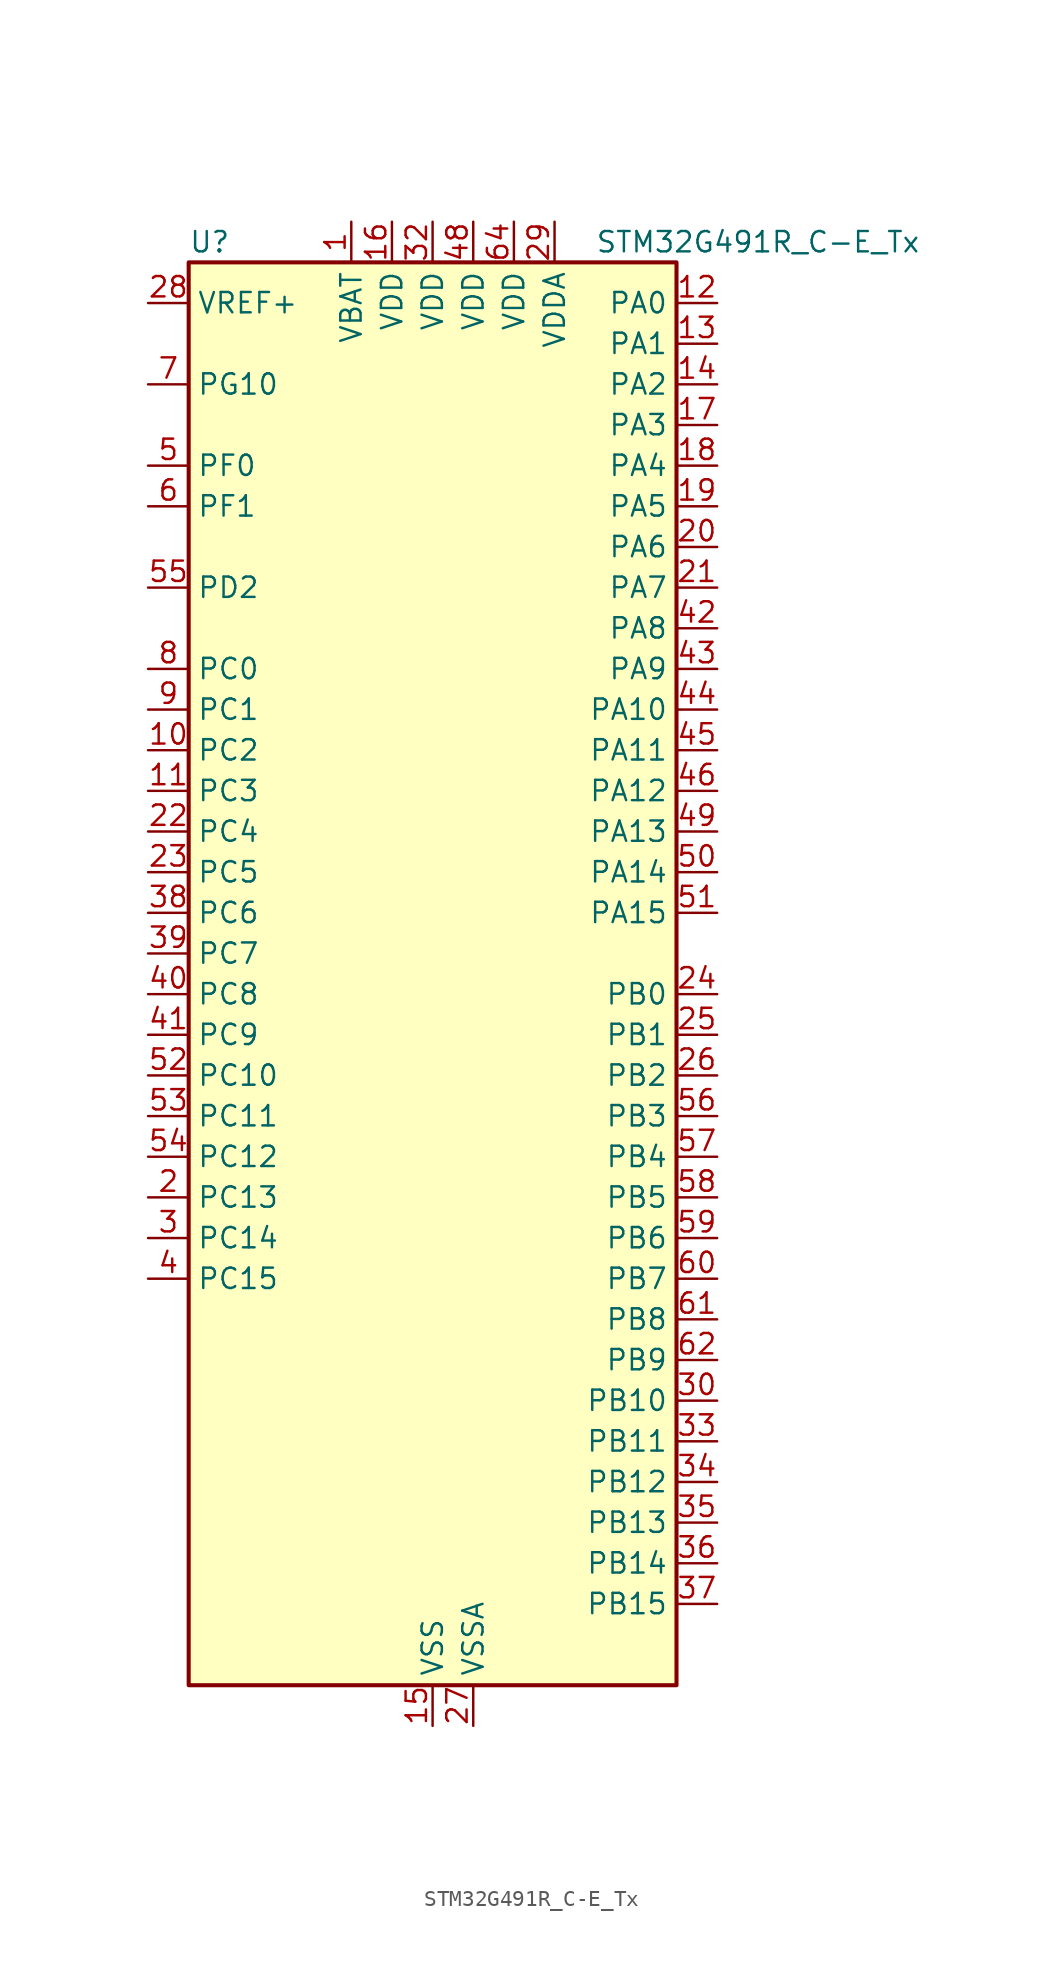
<source format=kicad_sym>
(kicad_symbol_lib
  (version 20231120)
  (generator "kicad_symbol_editor")
  (generator_version "8.0")
  (symbol "STM32G491R_C-E_Tx"
    (property "Reference" "U"
      (at -15.24 46.99 0)
      (effects (font (size 1.27 1.27)) (justify left)))
    (property "Value" "STM32G491R_C-E_Tx"
      (at 10.16 46.99 0)
      (effects (font (size 1.27 1.27)) (justify left)))
    (property "ki_locked" ""
      (at 0 0 0)
      (effects (font (size 1.27 1.27))))
    (symbol "STM32G491R_C-E_Tx_0_1"
      (rectangle (start -15.24 -43.18) (end 15.24 45.72) (stroke (width 0.254) (type default)) (fill (type background))))
    (symbol "STM32G491R_C-E_Tx_1_1"
      (pin power_in line (at -5.08 48.26 270) (length 2.54) (name "VBAT" (effects (font (size 1.27 1.27)))) (number "1" (effects (font (size 1.27 1.27)))))
      (pin bidirectional line (at -17.78 15.24 0) (length 2.54) (name "PC2" (effects (font (size 1.27 1.27)))) (number "10" (effects (font (size 1.27 1.27)))) (alternate "ADC1_IN8" bidirectional line) (alternate "ADC2_IN8" bidirectional line) (alternate "ADC3_EXTI2" bidirectional line) (alternate "COMP3_OUT" bidirectional line) (alternate "LPTIM1_IN2" bidirectional line) (alternate "QUADSPI1_BK2_IO1" bidirectional line) (alternate "TIM1_CH3" bidirectional line) (alternate "TIM20_CH2" bidirectional line))
      (pin bidirectional line (at -17.78 12.7 0) (length 2.54) (name "PC3" (effects (font (size 1.27 1.27)))) (number "11" (effects (font (size 1.27 1.27)))) (alternate "ADC1_IN9" bidirectional line) (alternate "ADC2_IN9" bidirectional line) (alternate "ADC3_EXTI3" bidirectional line) (alternate "LPTIM1_ETR" bidirectional line) (alternate "QUADSPI1_BK2_IO2" bidirectional line) (alternate "SAI1_D1" bidirectional line) (alternate "SAI1_SD_A" bidirectional line) (alternate "TIM1_BKIN2" bidirectional line) (alternate "TIM1_CH4" bidirectional line))
      (pin bidirectional line (at 17.78 43.18 180) (length 2.54) (name "PA0" (effects (font (size 1.27 1.27)))) (number "12" (effects (font (size 1.27 1.27)))) (alternate "ADC1_IN1" bidirectional line) (alternate "ADC2_IN1" bidirectional line) (alternate "COMP1_INM" bidirectional line) (alternate "COMP1_OUT" bidirectional line) (alternate "COMP3_INP" bidirectional line) (alternate "RTC_TAMP2" bidirectional line) (alternate "SYS_WKUP1" bidirectional line) (alternate "TIM2_CH1" bidirectional line) (alternate "TIM2_ETR" bidirectional line) (alternate "TIM8_BKIN" bidirectional line) (alternate "TIM8_ETR" bidirectional line) (alternate "USART2_CTS" bidirectional line) (alternate "USART2_NSS" bidirectional line))
      (pin bidirectional line (at 17.78 40.64 180) (length 2.54) (name "PA1" (effects (font (size 1.27 1.27)))) (number "13" (effects (font (size 1.27 1.27)))) (alternate "ADC1_IN2" bidirectional line) (alternate "ADC2_IN2" bidirectional line) (alternate "COMP1_INP" bidirectional line) (alternate "OPAMP1_VINP" bidirectional line) (alternate "OPAMP1_VINP_SEC" bidirectional line) (alternate "OPAMP3_VINP" bidirectional line) (alternate "OPAMP3_VINP_SEC" bidirectional line) (alternate "OPAMP6_VINM" bidirectional line) (alternate "OPAMP6_VINM0" bidirectional line) (alternate "OPAMP6_VINM_SEC" bidirectional line) (alternate "RTC_REFIN" bidirectional line) (alternate "TIM15_CH1N" bidirectional line) (alternate "TIM2_CH2" bidirectional line) (alternate "USART2_DE" bidirectional line) (alternate "USART2_RTS" bidirectional line))
      (pin bidirectional line (at 17.78 38.1 180) (length 2.54) (name "PA2" (effects (font (size 1.27 1.27)))) (number "14" (effects (font (size 1.27 1.27)))) (alternate "ADC1_IN3" bidirectional line) (alternate "ADC3_EXTI2" bidirectional line) (alternate "COMP2_INM" bidirectional line) (alternate "COMP2_OUT" bidirectional line) (alternate "LPUART1_TX" bidirectional line) (alternate "OPAMP1_VOUT" bidirectional line) (alternate "QUADSPI1_BK1_NCS" bidirectional line) (alternate "RCC_LSCO" bidirectional line) (alternate "SYS_WKUP4" bidirectional line) (alternate "TIM15_CH1" bidirectional line) (alternate "TIM2_CH3" bidirectional line) (alternate "UCPD1_FRSTX1" bidirectional line) (alternate "UCPD1_FRSTX2" bidirectional line) (alternate "USART2_TX" bidirectional line))
      (pin power_in line (at 0 -45.72 90) (length 2.54) (name "VSS" (effects (font (size 1.27 1.27)))) (number "15" (effects (font (size 1.27 1.27)))))
      (pin power_in line (at -2.54 48.26 270) (length 2.54) (name "VDD" (effects (font (size 1.27 1.27)))) (number "16" (effects (font (size 1.27 1.27)))))
      (pin bidirectional line (at 17.78 35.56 180) (length 2.54) (name "PA3" (effects (font (size 1.27 1.27)))) (number "17" (effects (font (size 1.27 1.27)))) (alternate "ADC1_IN4" bidirectional line) (alternate "ADC3_EXTI3" bidirectional line) (alternate "COMP2_INP" bidirectional line) (alternate "LPUART1_RX" bidirectional line) (alternate "OPAMP1_VINM" bidirectional line) (alternate "OPAMP1_VINM0" bidirectional line) (alternate "OPAMP1_VINM_SEC" bidirectional line) (alternate "OPAMP1_VINP" bidirectional line) (alternate "OPAMP1_VINP_SEC" bidirectional line) (alternate "QUADSPI1_CLK" bidirectional line) (alternate "SAI1_CK1" bidirectional line) (alternate "SAI1_MCLK_A" bidirectional line) (alternate "TIM15_CH2" bidirectional line) (alternate "TIM2_CH4" bidirectional line) (alternate "USART2_RX" bidirectional line))
      (pin bidirectional line (at 17.78 33.02 180) (length 2.54) (name "PA4" (effects (font (size 1.27 1.27)))) (number "18" (effects (font (size 1.27 1.27)))) (alternate "ADC2_IN17" bidirectional line) (alternate "COMP1_INM" bidirectional line) (alternate "DAC1_OUT1" bidirectional line) (alternate "I2S3_WS" bidirectional line) (alternate "SAI1_FS_B" bidirectional line) (alternate "SPI1_NSS" bidirectional line) (alternate "SPI3_NSS" bidirectional line) (alternate "TIM3_CH2" bidirectional line) (alternate "USART2_CK" bidirectional line))
      (pin bidirectional line (at 17.78 30.48 180) (length 2.54) (name "PA5" (effects (font (size 1.27 1.27)))) (number "19" (effects (font (size 1.27 1.27)))) (alternate "ADC2_IN13" bidirectional line) (alternate "COMP2_INM" bidirectional line) (alternate "DAC1_OUT2" bidirectional line) (alternate "OPAMP2_VINM" bidirectional line) (alternate "OPAMP2_VINM0" bidirectional line) (alternate "OPAMP2_VINM_SEC" bidirectional line) (alternate "SPI1_SCK" bidirectional line) (alternate "TIM2_CH1" bidirectional line) (alternate "TIM2_ETR" bidirectional line) (alternate "UCPD1_FRSTX1" bidirectional line) (alternate "UCPD1_FRSTX2" bidirectional line))
      (pin bidirectional line (at -17.78 -12.7 0) (length 2.54) (name "PC13" (effects (font (size 1.27 1.27)))) (number "2" (effects (font (size 1.27 1.27)))) (alternate "RTC_OUT1" bidirectional line) (alternate "RTC_TAMP1" bidirectional line) (alternate "RTC_TS" bidirectional line) (alternate "SYS_WKUP2" bidirectional line) (alternate "TIM1_BKIN" bidirectional line) (alternate "TIM1_CH1N" bidirectional line) (alternate "TIM8_CH4N" bidirectional line))
      (pin bidirectional line (at 17.78 27.94 180) (length 2.54) (name "PA6" (effects (font (size 1.27 1.27)))) (number "20" (effects (font (size 1.27 1.27)))) (alternate "ADC2_IN3" bidirectional line) (alternate "COMP1_OUT" bidirectional line) (alternate "LPUART1_CTS" bidirectional line) (alternate "OPAMP2_VOUT" bidirectional line) (alternate "QUADSPI1_BK1_IO3" bidirectional line) (alternate "SPI1_MISO" bidirectional line) (alternate "TIM16_CH1" bidirectional line) (alternate "TIM1_BKIN" bidirectional line) (alternate "TIM3_CH1" bidirectional line) (alternate "TIM8_BKIN" bidirectional line))
      (pin bidirectional line (at 17.78 25.4 180) (length 2.54) (name "PA7" (effects (font (size 1.27 1.27)))) (number "21" (effects (font (size 1.27 1.27)))) (alternate "ADC2_IN4" bidirectional line) (alternate "COMP2_INP" bidirectional line) (alternate "COMP2_OUT" bidirectional line) (alternate "OPAMP1_VINP" bidirectional line) (alternate "OPAMP1_VINP_SEC" bidirectional line) (alternate "OPAMP2_VINP" bidirectional line) (alternate "OPAMP2_VINP_SEC" bidirectional line) (alternate "QUADSPI1_BK1_IO2" bidirectional line) (alternate "SPI1_MOSI" bidirectional line) (alternate "TIM17_CH1" bidirectional line) (alternate "TIM1_CH1N" bidirectional line) (alternate "TIM3_CH2" bidirectional line) (alternate "TIM8_CH1N" bidirectional line) (alternate "UCPD1_FRSTX1" bidirectional line) (alternate "UCPD1_FRSTX2" bidirectional line))
      (pin bidirectional line (at -17.78 10.16 0) (length 2.54) (name "PC4" (effects (font (size 1.27 1.27)))) (number "22" (effects (font (size 1.27 1.27)))) (alternate "ADC2_IN5" bidirectional line) (alternate "I2C2_SCL" bidirectional line) (alternate "QUADSPI1_BK2_IO3" bidirectional line) (alternate "TIM1_ETR" bidirectional line) (alternate "USART1_TX" bidirectional line))
      (pin bidirectional line (at -17.78 7.62 0) (length 2.54) (name "PC5" (effects (font (size 1.27 1.27)))) (number "23" (effects (font (size 1.27 1.27)))) (alternate "ADC2_IN11" bidirectional line) (alternate "OPAMP1_VINM" bidirectional line) (alternate "OPAMP1_VINM1" bidirectional line) (alternate "OPAMP1_VINM_SEC" bidirectional line) (alternate "OPAMP2_VINM" bidirectional line) (alternate "OPAMP2_VINM1" bidirectional line) (alternate "OPAMP2_VINM_SEC" bidirectional line) (alternate "SAI1_D3" bidirectional line) (alternate "SYS_WKUP5" bidirectional line) (alternate "TIM15_BKIN" bidirectional line) (alternate "TIM1_CH4N" bidirectional line) (alternate "USART1_RX" bidirectional line))
      (pin bidirectional line (at 17.78 0 180) (length 2.54) (name "PB0" (effects (font (size 1.27 1.27)))) (number "24" (effects (font (size 1.27 1.27)))) (alternate "ADC1_IN15" bidirectional line) (alternate "ADC3_IN12" bidirectional line) (alternate "COMP4_INP" bidirectional line) (alternate "OPAMP2_VINP" bidirectional line) (alternate "OPAMP2_VINP_SEC" bidirectional line) (alternate "OPAMP3_VINP" bidirectional line) (alternate "OPAMP3_VINP_SEC" bidirectional line) (alternate "QUADSPI1_BK1_IO1" bidirectional line) (alternate "TIM1_CH2N" bidirectional line) (alternate "TIM3_CH3" bidirectional line) (alternate "TIM8_CH2N" bidirectional line) (alternate "UCPD1_FRSTX1" bidirectional line) (alternate "UCPD1_FRSTX2" bidirectional line))
      (pin bidirectional line (at 17.78 -2.54 180) (length 2.54) (name "PB1" (effects (font (size 1.27 1.27)))) (number "25" (effects (font (size 1.27 1.27)))) (alternate "ADC1_IN12" bidirectional line) (alternate "ADC3_IN1" bidirectional line) (alternate "COMP1_INP" bidirectional line) (alternate "COMP4_OUT" bidirectional line) (alternate "LPUART1_DE" bidirectional line) (alternate "LPUART1_RTS" bidirectional line) (alternate "OPAMP3_VOUT" bidirectional line) (alternate "OPAMP6_VINM" bidirectional line) (alternate "OPAMP6_VINM1" bidirectional line) (alternate "OPAMP6_VINM_SEC" bidirectional line) (alternate "QUADSPI1_BK1_IO0" bidirectional line) (alternate "TIM1_CH3N" bidirectional line) (alternate "TIM3_CH4" bidirectional line) (alternate "TIM8_CH3N" bidirectional line))
      (pin bidirectional line (at 17.78 -5.08 180) (length 2.54) (name "PB2" (effects (font (size 1.27 1.27)))) (number "26" (effects (font (size 1.27 1.27)))) (alternate "ADC2_IN12" bidirectional line) (alternate "ADC3_EXTI2" bidirectional line) (alternate "COMP4_INM" bidirectional line) (alternate "I2C3_SMBA" bidirectional line) (alternate "LPTIM1_OUT" bidirectional line) (alternate "OPAMP3_VINM" bidirectional line) (alternate "OPAMP3_VINM0" bidirectional line) (alternate "OPAMP3_VINM_SEC" bidirectional line) (alternate "QUADSPI1_BK2_IO1" bidirectional line) (alternate "RTC_OUT2" bidirectional line) (alternate "TIM20_CH1" bidirectional line))
      (pin power_in line (at 2.54 -45.72 90) (length 2.54) (name "VSSA" (effects (font (size 1.27 1.27)))) (number "27" (effects (font (size 1.27 1.27)))))
      (pin input line (at -17.78 43.18 0) (length 2.54) (name "VREF+" (effects (font (size 1.27 1.27)))) (number "28" (effects (font (size 1.27 1.27)))) (alternate "VREFBUF_OUT" bidirectional line))
      (pin power_in line (at 7.62 48.26 270) (length 2.54) (name "VDDA" (effects (font (size 1.27 1.27)))) (number "29" (effects (font (size 1.27 1.27)))))
      (pin bidirectional line (at -17.78 -15.24 0) (length 2.54) (name "PC14" (effects (font (size 1.27 1.27)))) (number "3" (effects (font (size 1.27 1.27)))) (alternate "RCC_OSC32_IN" bidirectional line))
      (pin bidirectional line (at 17.78 -25.4 180) (length 2.54) (name "PB10" (effects (font (size 1.27 1.27)))) (number "30" (effects (font (size 1.27 1.27)))) (alternate "DAC1_EXTI10" bidirectional line) (alternate "DAC3_EXTI10" bidirectional line) (alternate "LPUART1_RX" bidirectional line) (alternate "OPAMP3_VINM" bidirectional line) (alternate "OPAMP3_VINM1" bidirectional line) (alternate "OPAMP3_VINM_SEC" bidirectional line) (alternate "QUADSPI1_CLK" bidirectional line) (alternate "SAI1_SCK_A" bidirectional line) (alternate "TIM1_BKIN" bidirectional line) (alternate "TIM2_CH3" bidirectional line) (alternate "USART3_TX" bidirectional line))
      (pin passive line (at 0 -45.72 90) (length 2.54) hide (name "VSS" (effects (font (size 1.27 1.27)))) (number "31" (effects (font (size 1.27 1.27)))))
      (pin power_in line (at 0 48.26 270) (length 2.54) (name "VDD" (effects (font (size 1.27 1.27)))) (number "32" (effects (font (size 1.27 1.27)))))
      (pin bidirectional line (at 17.78 -27.94 180) (length 2.54) (name "PB11" (effects (font (size 1.27 1.27)))) (number "33" (effects (font (size 1.27 1.27)))) (alternate "ADC1_EXTI11" bidirectional line) (alternate "ADC1_IN14" bidirectional line) (alternate "ADC2_EXTI11" bidirectional line) (alternate "ADC2_IN14" bidirectional line) (alternate "LPUART1_TX" bidirectional line) (alternate "OPAMP6_VOUT" bidirectional line) (alternate "QUADSPI1_BK1_NCS" bidirectional line) (alternate "TIM2_CH4" bidirectional line) (alternate "USART3_RX" bidirectional line))
      (pin bidirectional line (at 17.78 -30.48 180) (length 2.54) (name "PB12" (effects (font (size 1.27 1.27)))) (number "34" (effects (font (size 1.27 1.27)))) (alternate "ADC1_IN11" bidirectional line) (alternate "FDCAN2_RX" bidirectional line) (alternate "I2C2_SMBA" bidirectional line) (alternate "I2S2_WS" bidirectional line) (alternate "LPUART1_DE" bidirectional line) (alternate "LPUART1_RTS" bidirectional line) (alternate "OPAMP6_VINP" bidirectional line) (alternate "OPAMP6_VINP_SEC" bidirectional line) (alternate "SPI2_NSS" bidirectional line) (alternate "TIM1_BKIN" bidirectional line) (alternate "USART3_CK" bidirectional line))
      (pin bidirectional line (at 17.78 -33.02 180) (length 2.54) (name "PB13" (effects (font (size 1.27 1.27)))) (number "35" (effects (font (size 1.27 1.27)))) (alternate "ADC3_IN5" bidirectional line) (alternate "FDCAN2_TX" bidirectional line) (alternate "I2S2_CK" bidirectional line) (alternate "LPUART1_CTS" bidirectional line) (alternate "OPAMP3_VINP" bidirectional line) (alternate "OPAMP3_VINP_SEC" bidirectional line) (alternate "OPAMP6_VINP" bidirectional line) (alternate "OPAMP6_VINP_SEC" bidirectional line) (alternate "SPI2_SCK" bidirectional line) (alternate "TIM1_CH1N" bidirectional line) (alternate "USART3_CTS" bidirectional line) (alternate "USART3_NSS" bidirectional line))
      (pin bidirectional line (at 17.78 -35.56 180) (length 2.54) (name "PB14" (effects (font (size 1.27 1.27)))) (number "36" (effects (font (size 1.27 1.27)))) (alternate "ADC1_IN5" bidirectional line) (alternate "COMP4_OUT" bidirectional line) (alternate "OPAMP2_VINP" bidirectional line) (alternate "OPAMP2_VINP_SEC" bidirectional line) (alternate "SPI2_MISO" bidirectional line) (alternate "TIM15_CH1" bidirectional line) (alternate "TIM1_CH2N" bidirectional line) (alternate "USART3_DE" bidirectional line) (alternate "USART3_RTS" bidirectional line))
      (pin bidirectional line (at 17.78 -38.1 180) (length 2.54) (name "PB15" (effects (font (size 1.27 1.27)))) (number "37" (effects (font (size 1.27 1.27)))) (alternate "ADC1_EXTI15" bidirectional line) (alternate "ADC2_EXTI15" bidirectional line) (alternate "ADC2_IN15" bidirectional line) (alternate "COMP3_OUT" bidirectional line) (alternate "I2S2_SD" bidirectional line) (alternate "RTC_REFIN" bidirectional line) (alternate "SPI2_MOSI" bidirectional line) (alternate "TIM15_CH1N" bidirectional line) (alternate "TIM15_CH2" bidirectional line) (alternate "TIM1_CH3N" bidirectional line))
      (pin bidirectional line (at -17.78 5.08 0) (length 2.54) (name "PC6" (effects (font (size 1.27 1.27)))) (number "38" (effects (font (size 1.27 1.27)))) (alternate "I2S2_MCK" bidirectional line) (alternate "TIM3_CH1" bidirectional line) (alternate "TIM8_CH1" bidirectional line))
      (pin bidirectional line (at -17.78 2.54 0) (length 2.54) (name "PC7" (effects (font (size 1.27 1.27)))) (number "39" (effects (font (size 1.27 1.27)))) (alternate "I2S3_MCK" bidirectional line) (alternate "TIM3_CH2" bidirectional line) (alternate "TIM8_CH2" bidirectional line))
      (pin bidirectional line (at -17.78 -17.78 0) (length 2.54) (name "PC15" (effects (font (size 1.27 1.27)))) (number "4" (effects (font (size 1.27 1.27)))) (alternate "ADC1_EXTI15" bidirectional line) (alternate "ADC2_EXTI15" bidirectional line) (alternate "RCC_OSC32_OUT" bidirectional line))
      (pin bidirectional line (at -17.78 0 0) (length 2.54) (name "PC8" (effects (font (size 1.27 1.27)))) (number "40" (effects (font (size 1.27 1.27)))) (alternate "I2C3_SCL" bidirectional line) (alternate "TIM20_CH3" bidirectional line) (alternate "TIM3_CH3" bidirectional line) (alternate "TIM8_CH3" bidirectional line))
      (pin bidirectional line (at -17.78 -2.54 0) (length 2.54) (name "PC9" (effects (font (size 1.27 1.27)))) (number "41" (effects (font (size 1.27 1.27)))) (alternate "DAC1_EXTI9" bidirectional line) (alternate "DAC3_EXTI9" bidirectional line) (alternate "I2C3_SDA" bidirectional line) (alternate "I2S_CKIN" bidirectional line) (alternate "TIM3_CH4" bidirectional line) (alternate "TIM8_BKIN2" bidirectional line) (alternate "TIM8_CH4" bidirectional line))
      (pin bidirectional line (at 17.78 22.86 180) (length 2.54) (name "PA8" (effects (font (size 1.27 1.27)))) (number "42" (effects (font (size 1.27 1.27)))) (alternate "I2C2_SDA" bidirectional line) (alternate "I2C3_SCL" bidirectional line) (alternate "I2S2_MCK" bidirectional line) (alternate "RCC_MCO" bidirectional line) (alternate "SAI1_CK2" bidirectional line) (alternate "SAI1_SCK_A" bidirectional line) (alternate "TIM1_CH1" bidirectional line) (alternate "TIM4_ETR" bidirectional line) (alternate "USART1_CK" bidirectional line))
      (pin bidirectional line (at 17.78 20.32 180) (length 2.54) (name "PA9" (effects (font (size 1.27 1.27)))) (number "43" (effects (font (size 1.27 1.27)))) (alternate "DAC1_EXTI9" bidirectional line) (alternate "DAC3_EXTI9" bidirectional line) (alternate "I2C2_SCL" bidirectional line) (alternate "I2C3_SMBA" bidirectional line) (alternate "I2S3_MCK" bidirectional line) (alternate "SAI1_FS_A" bidirectional line) (alternate "TIM15_BKIN" bidirectional line) (alternate "TIM1_CH2" bidirectional line) (alternate "TIM2_CH3" bidirectional line) (alternate "UCPD1_DBCC1" bidirectional line) (alternate "USART1_TX" bidirectional line))
      (pin bidirectional line (at 17.78 17.78 180) (length 2.54) (name "PA10" (effects (font (size 1.27 1.27)))) (number "44" (effects (font (size 1.27 1.27)))) (alternate "CRS_SYNC" bidirectional line) (alternate "DAC1_EXTI10" bidirectional line) (alternate "DAC3_EXTI10" bidirectional line) (alternate "I2C2_SMBA" bidirectional line) (alternate "SAI1_D1" bidirectional line) (alternate "SAI1_SD_A" bidirectional line) (alternate "SPI2_MISO" bidirectional line) (alternate "TIM17_BKIN" bidirectional line) (alternate "TIM1_CH3" bidirectional line) (alternate "TIM2_CH4" bidirectional line) (alternate "TIM8_BKIN" bidirectional line) (alternate "UCPD1_DBCC2" bidirectional line) (alternate "USART1_RX" bidirectional line))
      (pin bidirectional line (at 17.78 15.24 180) (length 2.54) (name "PA11" (effects (font (size 1.27 1.27)))) (number "45" (effects (font (size 1.27 1.27)))) (alternate "ADC1_EXTI11" bidirectional line) (alternate "ADC2_EXTI11" bidirectional line) (alternate "COMP1_OUT" bidirectional line) (alternate "FDCAN1_RX" bidirectional line) (alternate "I2S2_SD" bidirectional line) (alternate "SPI2_MOSI" bidirectional line) (alternate "TIM1_BKIN2" bidirectional line) (alternate "TIM1_CH1N" bidirectional line) (alternate "TIM1_CH4" bidirectional line) (alternate "TIM4_CH1" bidirectional line) (alternate "USART1_CTS" bidirectional line) (alternate "USART1_NSS" bidirectional line) (alternate "USB_DM" bidirectional line))
      (pin bidirectional line (at 17.78 12.7 180) (length 2.54) (name "PA12" (effects (font (size 1.27 1.27)))) (number "46" (effects (font (size 1.27 1.27)))) (alternate "COMP2_OUT" bidirectional line) (alternate "FDCAN1_TX" bidirectional line) (alternate "I2S_CKIN" bidirectional line) (alternate "TIM16_CH1" bidirectional line) (alternate "TIM1_CH2N" bidirectional line) (alternate "TIM1_ETR" bidirectional line) (alternate "TIM4_CH2" bidirectional line) (alternate "USART1_DE" bidirectional line) (alternate "USART1_RTS" bidirectional line) (alternate "USB_DP" bidirectional line))
      (pin passive line (at 0 -45.72 90) (length 2.54) hide (name "VSS" (effects (font (size 1.27 1.27)))) (number "47" (effects (font (size 1.27 1.27)))))
      (pin power_in line (at 2.54 48.26 270) (length 2.54) (name "VDD" (effects (font (size 1.27 1.27)))) (number "48" (effects (font (size 1.27 1.27)))))
      (pin bidirectional line (at 17.78 10.16 180) (length 2.54) (name "PA13" (effects (font (size 1.27 1.27)))) (number "49" (effects (font (size 1.27 1.27)))) (alternate "I2C1_SCL" bidirectional line) (alternate "IR_OUT" bidirectional line) (alternate "SAI1_SD_B" bidirectional line) (alternate "SYS_JTMS-SWDIO" bidirectional line) (alternate "TIM16_CH1N" bidirectional line) (alternate "TIM4_CH3" bidirectional line) (alternate "USART3_CTS" bidirectional line) (alternate "USART3_NSS" bidirectional line))
      (pin bidirectional line (at -17.78 33.02 0) (length 2.54) (name "PF0" (effects (font (size 1.27 1.27)))) (number "5" (effects (font (size 1.27 1.27)))) (alternate "ADC1_IN10" bidirectional line) (alternate "I2C2_SDA" bidirectional line) (alternate "I2S2_WS" bidirectional line) (alternate "RCC_OSC_IN" bidirectional line) (alternate "SPI2_NSS" bidirectional line) (alternate "TIM1_CH3N" bidirectional line))
      (pin bidirectional line (at 17.78 7.62 180) (length 2.54) (name "PA14" (effects (font (size 1.27 1.27)))) (number "50" (effects (font (size 1.27 1.27)))) (alternate "I2C1_SDA" bidirectional line) (alternate "LPTIM1_OUT" bidirectional line) (alternate "SAI1_FS_B" bidirectional line) (alternate "SYS_JTCK-SWCLK" bidirectional line) (alternate "TIM1_BKIN" bidirectional line) (alternate "TIM8_CH2" bidirectional line) (alternate "USART2_TX" bidirectional line))
      (pin bidirectional line (at 17.78 5.08 180) (length 2.54) (name "PA15" (effects (font (size 1.27 1.27)))) (number "51" (effects (font (size 1.27 1.27)))) (alternate "ADC1_EXTI15" bidirectional line) (alternate "ADC2_EXTI15" bidirectional line) (alternate "I2C1_SCL" bidirectional line) (alternate "I2S3_WS" bidirectional line) (alternate "SPI1_NSS" bidirectional line) (alternate "SPI3_NSS" bidirectional line) (alternate "SYS_JTDI" bidirectional line) (alternate "TIM1_BKIN" bidirectional line) (alternate "TIM20_ETR" bidirectional line) (alternate "TIM2_CH1" bidirectional line) (alternate "TIM2_ETR" bidirectional line) (alternate "TIM8_CH1" bidirectional line) (alternate "UART4_DE" bidirectional line) (alternate "UART4_RTS" bidirectional line) (alternate "USART2_RX" bidirectional line))
      (pin bidirectional line (at -17.78 -5.08 0) (length 2.54) (name "PC10" (effects (font (size 1.27 1.27)))) (number "52" (effects (font (size 1.27 1.27)))) (alternate "DAC1_EXTI10" bidirectional line) (alternate "DAC3_EXTI10" bidirectional line) (alternate "I2S3_CK" bidirectional line) (alternate "SPI3_SCK" bidirectional line) (alternate "TIM8_CH1N" bidirectional line) (alternate "UART4_TX" bidirectional line) (alternate "USART3_TX" bidirectional line))
      (pin bidirectional line (at -17.78 -7.62 0) (length 2.54) (name "PC11" (effects (font (size 1.27 1.27)))) (number "53" (effects (font (size 1.27 1.27)))) (alternate "ADC1_EXTI11" bidirectional line) (alternate "ADC2_EXTI11" bidirectional line) (alternate "I2C3_SDA" bidirectional line) (alternate "SPI3_MISO" bidirectional line) (alternate "TIM8_CH2N" bidirectional line) (alternate "UART4_RX" bidirectional line) (alternate "USART3_RX" bidirectional line))
      (pin bidirectional line (at -17.78 -10.16 0) (length 2.54) (name "PC12" (effects (font (size 1.27 1.27)))) (number "54" (effects (font (size 1.27 1.27)))) (alternate "I2S3_SD" bidirectional line) (alternate "SPI3_MOSI" bidirectional line) (alternate "TIM8_CH3N" bidirectional line) (alternate "UART5_TX" bidirectional line) (alternate "UCPD1_FRSTX1" bidirectional line) (alternate "UCPD1_FRSTX2" bidirectional line) (alternate "USART3_CK" bidirectional line))
      (pin bidirectional line (at -17.78 25.4 0) (length 2.54) (name "PD2" (effects (font (size 1.27 1.27)))) (number "55" (effects (font (size 1.27 1.27)))) (alternate "ADC3_EXTI2" bidirectional line) (alternate "TIM3_ETR" bidirectional line) (alternate "TIM8_BKIN" bidirectional line) (alternate "UART5_RX" bidirectional line))
      (pin bidirectional line (at 17.78 -7.62 180) (length 2.54) (name "PB3" (effects (font (size 1.27 1.27)))) (number "56" (effects (font (size 1.27 1.27)))) (alternate "ADC3_EXTI3" bidirectional line) (alternate "CRS_SYNC" bidirectional line) (alternate "I2S3_CK" bidirectional line) (alternate "SAI1_SCK_B" bidirectional line) (alternate "SPI1_SCK" bidirectional line) (alternate "SPI3_SCK" bidirectional line) (alternate "SYS_JTDO-SWO" bidirectional line) (alternate "TIM2_CH2" bidirectional line) (alternate "TIM3_ETR" bidirectional line) (alternate "TIM4_ETR" bidirectional line) (alternate "TIM8_CH1N" bidirectional line) (alternate "USART2_TX" bidirectional line))
      (pin bidirectional line (at 17.78 -10.16 180) (length 2.54) (name "PB4" (effects (font (size 1.27 1.27)))) (number "57" (effects (font (size 1.27 1.27)))) (alternate "SAI1_MCLK_B" bidirectional line) (alternate "SPI1_MISO" bidirectional line) (alternate "SPI3_MISO" bidirectional line) (alternate "SYS_JTRST" bidirectional line) (alternate "TIM16_CH1" bidirectional line) (alternate "TIM17_BKIN" bidirectional line) (alternate "TIM3_CH1" bidirectional line) (alternate "TIM8_CH2N" bidirectional line) (alternate "UART5_DE" bidirectional line) (alternate "UART5_RTS" bidirectional line) (alternate "UCPD1_CC2" bidirectional line) (alternate "USART2_RX" bidirectional line))
      (pin bidirectional line (at 17.78 -12.7 180) (length 2.54) (name "PB5" (effects (font (size 1.27 1.27)))) (number "58" (effects (font (size 1.27 1.27)))) (alternate "FDCAN2_RX" bidirectional line) (alternate "I2C1_SMBA" bidirectional line) (alternate "I2C3_SDA" bidirectional line) (alternate "I2S3_SD" bidirectional line) (alternate "LPTIM1_IN1" bidirectional line) (alternate "SAI1_SD_B" bidirectional line) (alternate "SPI1_MOSI" bidirectional line) (alternate "SPI3_MOSI" bidirectional line) (alternate "TIM16_BKIN" bidirectional line) (alternate "TIM17_CH1" bidirectional line) (alternate "TIM3_CH2" bidirectional line) (alternate "TIM8_CH3N" bidirectional line) (alternate "UART5_CTS" bidirectional line) (alternate "USART2_CK" bidirectional line))
      (pin bidirectional line (at 17.78 -15.24 180) (length 2.54) (name "PB6" (effects (font (size 1.27 1.27)))) (number "59" (effects (font (size 1.27 1.27)))) (alternate "COMP4_OUT" bidirectional line) (alternate "FDCAN2_TX" bidirectional line) (alternate "LPTIM1_ETR" bidirectional line) (alternate "SAI1_FS_B" bidirectional line) (alternate "TIM16_CH1N" bidirectional line) (alternate "TIM4_CH1" bidirectional line) (alternate "TIM8_BKIN2" bidirectional line) (alternate "TIM8_CH1" bidirectional line) (alternate "TIM8_ETR" bidirectional line) (alternate "UCPD1_CC1" bidirectional line) (alternate "USART1_TX" bidirectional line))
      (pin bidirectional line (at -17.78 30.48 0) (length 2.54) (name "PF1" (effects (font (size 1.27 1.27)))) (number "6" (effects (font (size 1.27 1.27)))) (alternate "ADC2_IN10" bidirectional line) (alternate "COMP3_INM" bidirectional line) (alternate "I2S2_CK" bidirectional line) (alternate "RCC_OSC_OUT" bidirectional line) (alternate "SPI2_SCK" bidirectional line))
      (pin bidirectional line (at 17.78 -17.78 180) (length 2.54) (name "PB7" (effects (font (size 1.27 1.27)))) (number "60" (effects (font (size 1.27 1.27)))) (alternate "COMP3_OUT" bidirectional line) (alternate "I2C1_SDA" bidirectional line) (alternate "LPTIM1_IN2" bidirectional line) (alternate "SYS_PVD_IN" bidirectional line) (alternate "TIM17_CH1N" bidirectional line) (alternate "TIM3_CH4" bidirectional line) (alternate "TIM4_CH2" bidirectional line) (alternate "TIM8_BKIN" bidirectional line) (alternate "UART4_CTS" bidirectional line) (alternate "USART1_RX" bidirectional line))
      (pin bidirectional line (at 17.78 -20.32 180) (length 2.54) (name "PB8" (effects (font (size 1.27 1.27)))) (number "61" (effects (font (size 1.27 1.27)))) (alternate "COMP1_OUT" bidirectional line) (alternate "FDCAN1_RX" bidirectional line) (alternate "I2C1_SCL" bidirectional line) (alternate "SAI1_CK1" bidirectional line) (alternate "SAI1_MCLK_A" bidirectional line) (alternate "TIM16_CH1" bidirectional line) (alternate "TIM1_BKIN" bidirectional line) (alternate "TIM4_CH3" bidirectional line) (alternate "TIM8_CH2" bidirectional line) (alternate "USART3_RX" bidirectional line))
      (pin bidirectional line (at 17.78 -22.86 180) (length 2.54) (name "PB9" (effects (font (size 1.27 1.27)))) (number "62" (effects (font (size 1.27 1.27)))) (alternate "COMP2_OUT" bidirectional line) (alternate "DAC1_EXTI9" bidirectional line) (alternate "DAC3_EXTI9" bidirectional line) (alternate "FDCAN1_TX" bidirectional line) (alternate "I2C1_SDA" bidirectional line) (alternate "IR_OUT" bidirectional line) (alternate "SAI1_D2" bidirectional line) (alternate "SAI1_FS_A" bidirectional line) (alternate "TIM17_CH1" bidirectional line) (alternate "TIM1_CH3N" bidirectional line) (alternate "TIM4_CH4" bidirectional line) (alternate "TIM8_CH3" bidirectional line) (alternate "USART3_TX" bidirectional line))
      (pin passive line (at 0 -45.72 90) (length 2.54) hide (name "VSS" (effects (font (size 1.27 1.27)))) (number "63" (effects (font (size 1.27 1.27)))))
      (pin power_in line (at 5.08 48.26 270) (length 2.54) (name "VDD" (effects (font (size 1.27 1.27)))) (number "64" (effects (font (size 1.27 1.27)))))
      (pin bidirectional line (at -17.78 38.1 0) (length 2.54) (name "PG10" (effects (font (size 1.27 1.27)))) (number "7" (effects (font (size 1.27 1.27)))) (alternate "DAC1_EXTI10" bidirectional line) (alternate "DAC3_EXTI10" bidirectional line) (alternate "RCC_MCO" bidirectional line))
      (pin bidirectional line (at -17.78 20.32 0) (length 2.54) (name "PC0" (effects (font (size 1.27 1.27)))) (number "8" (effects (font (size 1.27 1.27)))) (alternate "ADC1_IN6" bidirectional line) (alternate "ADC2_IN6" bidirectional line) (alternate "COMP3_INM" bidirectional line) (alternate "LPTIM1_IN1" bidirectional line) (alternate "LPUART1_RX" bidirectional line) (alternate "TIM1_CH1" bidirectional line))
      (pin bidirectional line (at -17.78 17.78 0) (length 2.54) (name "PC1" (effects (font (size 1.27 1.27)))) (number "9" (effects (font (size 1.27 1.27)))) (alternate "ADC1_IN7" bidirectional line) (alternate "ADC2_IN7" bidirectional line) (alternate "COMP3_INP" bidirectional line) (alternate "LPTIM1_OUT" bidirectional line) (alternate "LPUART1_TX" bidirectional line) (alternate "QUADSPI1_BK2_IO0" bidirectional line) (alternate "SAI1_SD_A" bidirectional line) (alternate "TIM1_CH2" bidirectional line)))))
</source>
